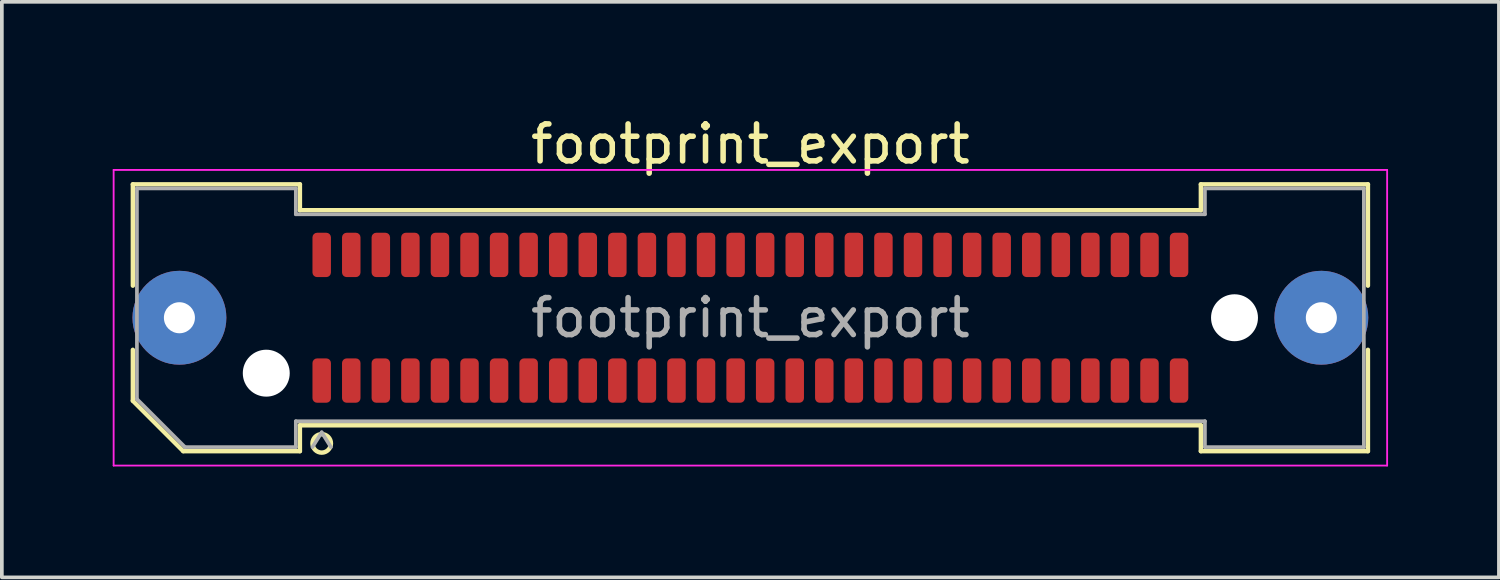
<source format=kicad_pcb>
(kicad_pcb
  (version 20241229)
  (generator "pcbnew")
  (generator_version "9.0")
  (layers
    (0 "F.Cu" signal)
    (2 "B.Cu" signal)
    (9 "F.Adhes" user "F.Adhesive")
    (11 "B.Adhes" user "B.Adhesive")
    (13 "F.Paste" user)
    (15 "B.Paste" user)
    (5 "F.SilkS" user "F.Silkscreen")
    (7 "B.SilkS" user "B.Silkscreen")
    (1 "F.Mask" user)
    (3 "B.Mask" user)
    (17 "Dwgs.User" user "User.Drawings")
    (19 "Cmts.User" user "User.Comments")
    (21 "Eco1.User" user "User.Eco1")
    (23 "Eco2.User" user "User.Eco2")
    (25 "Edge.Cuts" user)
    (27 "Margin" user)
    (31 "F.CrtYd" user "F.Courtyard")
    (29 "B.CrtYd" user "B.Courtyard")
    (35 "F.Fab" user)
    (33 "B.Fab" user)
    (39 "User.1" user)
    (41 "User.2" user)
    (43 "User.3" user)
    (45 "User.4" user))
  (footprint "footprint_export"
    (layer "F.Cu")
    (at 17.255 5.548)
    (property "Reference" "footprint_export" (at 0 -4.7 0) (layer "F.SilkS") (effects (font (size 1 1) (thickness 0.15))))
    (attr smd)
    (fp_line (start -16.71 -3.61) (end -12.19 -3.61) (stroke (width 0.12) (type solid)) (layer "F.SilkS"))
    (fp_line (start -16.71 -0.868) (end -16.71 -3.61) (stroke (width 0.12) (type solid)) (layer "F.SilkS"))
    (fp_line (start -16.71 2.246) (end -16.71 0.868) (stroke (width 0.12) (type solid)) (layer "F.SilkS"))
    (fp_line (start -15.346 3.61) (end -16.71 2.246) (stroke (width 0.12) (type solid)) (layer "F.SilkS"))
    (fp_line (start -12.19 -3.61) (end -12.19 -2.91) (stroke (width 0.12) (type solid)) (layer "F.SilkS"))
    (fp_line (start -12.19 -2.91) (end 12.19 -2.91) (stroke (width 0.12) (type solid)) (layer "F.SilkS"))
    (fp_line (start -12.19 2.91) (end -12.19 3.61) (stroke (width 0.12) (type solid)) (layer "F.SilkS"))
    (fp_line (start -12.19 3.61) (end -15.346 3.61) (stroke (width 0.12) (type solid)) (layer "F.SilkS"))
    (fp_line (start 12.19 -3.61) (end 16.71 -3.61) (stroke (width 0.12) (type solid)) (layer "F.SilkS"))
    (fp_line (start 12.19 -2.91) (end 12.19 -3.61) (stroke (width 0.12) (type solid)) (layer "F.SilkS"))
    (fp_line (start 12.19 2.91) (end -12.19 2.91) (stroke (width 0.12) (type solid)) (layer "F.SilkS"))
    (fp_line (start 12.19 3.61) (end 12.19 2.91) (stroke (width 0.12) (type solid)) (layer "F.SilkS"))
    (fp_line (start 16.71 -3.61) (end 16.71 -0.868) (stroke (width 0.12) (type solid)) (layer "F.SilkS"))
    (fp_line (start 16.71 0.868) (end 16.71 3.61) (stroke (width 0.12) (type solid)) (layer "F.SilkS"))
    (fp_line (start 16.71 3.61) (end 12.19 3.61) (stroke (width 0.12) (type solid)) (layer "F.SilkS"))
    (fp_arc (start -11.35 3.4) (mid -11.85 3.4) (end -11.35 3.4) (stroke (width 0.12) (type solid)) (layer "F.SilkS"))
    (fp_line (start -17.23 -4) (end -17.23 4) (stroke (width 0.05) (type solid)) (layer "F.CrtYd"))
    (fp_line (start -17.23 4) (end 17.23 4) (stroke (width 0.05) (type solid)) (layer "F.CrtYd"))
    (fp_line (start 17.23 -4) (end -17.23 -4) (stroke (width 0.05) (type solid)) (layer "F.CrtYd"))
    (fp_line (start 17.23 4) (end 17.23 -4) (stroke (width 0.05) (type solid)) (layer "F.CrtYd"))
    (fp_line (start -16.6 -3.5) (end -12.3 -3.5) (stroke (width 0.1) (type solid)) (layer "F.Fab"))
    (fp_line (start -16.6 2.2) (end -16.6 -3.5) (stroke (width 0.1) (type solid)) (layer "F.Fab"))
    (fp_line (start -15.3 3.5) (end -16.6 2.2) (stroke (width 0.1) (type solid)) (layer "F.Fab"))
    (fp_line (start -12.3 -3.5) (end -12.3 -2.8) (stroke (width 0.1) (type solid)) (layer "F.Fab"))
    (fp_line (start -12.3 -2.8) (end 12.3 -2.8) (stroke (width 0.1) (type solid)) (layer "F.Fab"))
    (fp_line (start -12.3 2.8) (end -12.3 3.5) (stroke (width 0.1) (type solid)) (layer "F.Fab"))
    (fp_line (start -12.3 3.5) (end -15.3 3.5) (stroke (width 0.1) (type solid)) (layer "F.Fab"))
    (fp_line (start -11.6 3.1) (end -11.85 3.5) (stroke (width 0.1) (type solid)) (layer "F.Fab"))
    (fp_line (start -11.6 3.1) (end -11.35 3.5) (stroke (width 0.1) (type solid)) (layer "F.Fab"))
    (fp_line (start 12.3 -3.5) (end 16.6 -3.5) (stroke (width 0.1) (type solid)) (layer "F.Fab"))
    (fp_line (start 12.3 -2.8) (end 12.3 -3.5) (stroke (width 0.1) (type solid)) (layer "F.Fab"))
    (fp_line (start 12.3 2.8) (end -12.3 2.8) (stroke (width 0.1) (type solid)) (layer "F.Fab"))
    (fp_line (start 12.3 3.5) (end 12.3 2.8) (stroke (width 0.1) (type solid)) (layer "F.Fab"))
    (fp_line (start 16.6 -3.5) (end 16.6 3.5) (stroke (width 0.1) (type solid)) (layer "F.Fab"))
    (fp_line (start 16.6 3.5) (end 12.3 3.5) (stroke (width 0.1) (type solid)) (layer "F.Fab"))
    (fp_text user "${REFERENCE}" (at 0 0 0) (layer "F.Fab") (effects (font (size 1 1) (thickness 0.15))))
    (pad "" thru_hole circle (at -15.45 0) (size 2.54 2.54) (drill 0.84) (layers "*.Cu" "*.Mask" "F.Paste"))
    (pad "" np_thru_hole circle (at -13.1 1.5) (size 1.27 1.27) (drill 1.27) (layers "*.Cu" "*.Mask"))
    (pad "" np_thru_hole circle (at 13.1 0) (size 1.27 1.27) (drill 1.27) (layers "*.Cu" "*.Mask"))
    (pad "" thru_hole circle (at 15.45 0) (size 2.54 2.54) (drill 0.84) (layers "*.Cu" "*.Mask" "F.Paste"))
    (pad "1" smd roundrect (at -11.6 1.7) (size 0.5 1.2) (layers "F.Cu" "F.Mask" "F.Paste") (roundrect_rratio 0.25))
    (pad "2" smd roundrect (at -11.6 -1.7) (size 0.5 1.2) (layers "F.Cu" "F.Mask" "F.Paste") (roundrect_rratio 0.25))
    (pad "3" smd roundrect (at -10.8 1.7) (size 0.5 1.2) (layers "F.Cu" "F.Mask" "F.Paste") (roundrect_rratio 0.25))
    (pad "4" smd roundrect (at -10.8 -1.7) (size 0.5 1.2) (layers "F.Cu" "F.Mask" "F.Paste") (roundrect_rratio 0.25))
    (pad "5" smd roundrect (at -10 1.7) (size 0.5 1.2) (layers "F.Cu" "F.Mask" "F.Paste") (roundrect_rratio 0.25))
    (pad "6" smd roundrect (at -10 -1.7) (size 0.5 1.2) (layers "F.Cu" "F.Mask" "F.Paste") (roundrect_rratio 0.25))
    (pad "7" smd roundrect (at -9.2 1.7) (size 0.5 1.2) (layers "F.Cu" "F.Mask" "F.Paste") (roundrect_rratio 0.25))
    (pad "8" smd roundrect (at -9.2 -1.7) (size 0.5 1.2) (layers "F.Cu" "F.Mask" "F.Paste") (roundrect_rratio 0.25))
    (pad "9" smd roundrect (at -8.4 1.7) (size 0.5 1.2) (layers "F.Cu" "F.Mask" "F.Paste") (roundrect_rratio 0.25))
    (pad "10" smd roundrect (at -8.4 -1.7) (size 0.5 1.2) (layers "F.Cu" "F.Mask" "F.Paste") (roundrect_rratio 0.25))
    (pad "11" smd roundrect (at -7.6 1.7) (size 0.5 1.2) (layers "F.Cu" "F.Mask" "F.Paste") (roundrect_rratio 0.25))
    (pad "12" smd roundrect (at -7.6 -1.7) (size 0.5 1.2) (layers "F.Cu" "F.Mask" "F.Paste") (roundrect_rratio 0.25))
    (pad "13" smd roundrect (at -6.8 1.7) (size 0.5 1.2) (layers "F.Cu" "F.Mask" "F.Paste") (roundrect_rratio 0.25))
    (pad "14" smd roundrect (at -6.8 -1.7) (size 0.5 1.2) (layers "F.Cu" "F.Mask" "F.Paste") (roundrect_rratio 0.25))
    (pad "15" smd roundrect (at -6 1.7) (size 0.5 1.2) (layers "F.Cu" "F.Mask" "F.Paste") (roundrect_rratio 0.25))
    (pad "16" smd roundrect (at -6 -1.7) (size 0.5 1.2) (layers "F.Cu" "F.Mask" "F.Paste") (roundrect_rratio 0.25))
    (pad "17" smd roundrect (at -5.2 1.7) (size 0.5 1.2) (layers "F.Cu" "F.Mask" "F.Paste") (roundrect_rratio 0.25))
    (pad "18" smd roundrect (at -5.2 -1.7) (size 0.5 1.2) (layers "F.Cu" "F.Mask" "F.Paste") (roundrect_rratio 0.25))
    (pad "19" smd roundrect (at -4.4 1.7) (size 0.5 1.2) (layers "F.Cu" "F.Mask" "F.Paste") (roundrect_rratio 0.25))
    (pad "20" smd roundrect (at -4.4 -1.7) (size 0.5 1.2) (layers "F.Cu" "F.Mask" "F.Paste") (roundrect_rratio 0.25))
    (pad "21" smd roundrect (at -3.6 1.7) (size 0.5 1.2) (layers "F.Cu" "F.Mask" "F.Paste") (roundrect_rratio 0.25))
    (pad "22" smd roundrect (at -3.6 -1.7) (size 0.5 1.2) (layers "F.Cu" "F.Mask" "F.Paste") (roundrect_rratio 0.25))
    (pad "23" smd roundrect (at -2.8 1.7) (size 0.5 1.2) (layers "F.Cu" "F.Mask" "F.Paste") (roundrect_rratio 0.25))
    (pad "24" smd roundrect (at -2.8 -1.7) (size 0.5 1.2) (layers "F.Cu" "F.Mask" "F.Paste") (roundrect_rratio 0.25))
    (pad "25" smd roundrect (at -2 1.7) (size 0.5 1.2) (layers "F.Cu" "F.Mask" "F.Paste") (roundrect_rratio 0.25))
    (pad "26" smd roundrect (at -2 -1.7) (size 0.5 1.2) (layers "F.Cu" "F.Mask" "F.Paste") (roundrect_rratio 0.25))
    (pad "27" smd roundrect (at -1.2 1.7) (size 0.5 1.2) (layers "F.Cu" "F.Mask" "F.Paste") (roundrect_rratio 0.25))
    (pad "28" smd roundrect (at -1.2 -1.7) (size 0.5 1.2) (layers "F.Cu" "F.Mask" "F.Paste") (roundrect_rratio 0.25))
    (pad "29" smd roundrect (at -0.4 1.7) (size 0.5 1.2) (layers "F.Cu" "F.Mask" "F.Paste") (roundrect_rratio 0.25))
    (pad "30" smd roundrect (at -0.4 -1.7) (size 0.5 1.2) (layers "F.Cu" "F.Mask" "F.Paste") (roundrect_rratio 0.25))
    (pad "31" smd roundrect (at 0.4 1.7) (size 0.5 1.2) (layers "F.Cu" "F.Mask" "F.Paste") (roundrect_rratio 0.25))
    (pad "32" smd roundrect (at 0.4 -1.7) (size 0.5 1.2) (layers "F.Cu" "F.Mask" "F.Paste") (roundrect_rratio 0.25))
    (pad "33" smd roundrect (at 1.2 1.7) (size 0.5 1.2) (layers "F.Cu" "F.Mask" "F.Paste") (roundrect_rratio 0.25))
    (pad "34" smd roundrect (at 1.2 -1.7) (size 0.5 1.2) (layers "F.Cu" "F.Mask" "F.Paste") (roundrect_rratio 0.25))
    (pad "35" smd roundrect (at 2 1.7) (size 0.5 1.2) (layers "F.Cu" "F.Mask" "F.Paste") (roundrect_rratio 0.25))
    (pad "36" smd roundrect (at 2 -1.7) (size 0.5 1.2) (layers "F.Cu" "F.Mask" "F.Paste") (roundrect_rratio 0.25))
    (pad "37" smd roundrect (at 2.8 1.7) (size 0.5 1.2) (layers "F.Cu" "F.Mask" "F.Paste") (roundrect_rratio 0.25))
    (pad "38" smd roundrect (at 2.8 -1.7) (size 0.5 1.2) (layers "F.Cu" "F.Mask" "F.Paste") (roundrect_rratio 0.25))
    (pad "39" smd roundrect (at 3.6 1.7) (size 0.5 1.2) (layers "F.Cu" "F.Mask" "F.Paste") (roundrect_rratio 0.25))
    (pad "40" smd roundrect (at 3.6 -1.7) (size 0.5 1.2) (layers "F.Cu" "F.Mask" "F.Paste") (roundrect_rratio 0.25))
    (pad "41" smd roundrect (at 4.4 1.7) (size 0.5 1.2) (layers "F.Cu" "F.Mask" "F.Paste") (roundrect_rratio 0.25))
    (pad "42" smd roundrect (at 4.4 -1.7) (size 0.5 1.2) (layers "F.Cu" "F.Mask" "F.Paste") (roundrect_rratio 0.25))
    (pad "43" smd roundrect (at 5.2 1.7) (size 0.5 1.2) (layers "F.Cu" "F.Mask" "F.Paste") (roundrect_rratio 0.25))
    (pad "44" smd roundrect (at 5.2 -1.7) (size 0.5 1.2) (layers "F.Cu" "F.Mask" "F.Paste") (roundrect_rratio 0.25))
    (pad "45" smd roundrect (at 6 1.7) (size 0.5 1.2) (layers "F.Cu" "F.Mask" "F.Paste") (roundrect_rratio 0.25))
    (pad "46" smd roundrect (at 6 -1.7) (size 0.5 1.2) (layers "F.Cu" "F.Mask" "F.Paste") (roundrect_rratio 0.25))
    (pad "47" smd roundrect (at 6.8 1.7) (size 0.5 1.2) (layers "F.Cu" "F.Mask" "F.Paste") (roundrect_rratio 0.25))
    (pad "48" smd roundrect (at 6.8 -1.7) (size 0.5 1.2) (layers "F.Cu" "F.Mask" "F.Paste") (roundrect_rratio 0.25))
    (pad "49" smd roundrect (at 7.6 1.7) (size 0.5 1.2) (layers "F.Cu" "F.Mask" "F.Paste") (roundrect_rratio 0.25))
    (pad "50" smd roundrect (at 7.6 -1.7) (size 0.5 1.2) (layers "F.Cu" "F.Mask" "F.Paste") (roundrect_rratio 0.25))
    (pad "51" smd roundrect (at 8.4 1.7) (size 0.5 1.2) (layers "F.Cu" "F.Mask" "F.Paste") (roundrect_rratio 0.25))
    (pad "52" smd roundrect (at 8.4 -1.7) (size 0.5 1.2) (layers "F.Cu" "F.Mask" "F.Paste") (roundrect_rratio 0.25))
    (pad "53" smd roundrect (at 9.2 1.7) (size 0.5 1.2) (layers "F.Cu" "F.Mask" "F.Paste") (roundrect_rratio 0.25))
    (pad "54" smd roundrect (at 9.2 -1.7) (size 0.5 1.2) (layers "F.Cu" "F.Mask" "F.Paste") (roundrect_rratio 0.25))
    (pad "55" smd roundrect (at 10 1.7) (size 0.5 1.2) (layers "F.Cu" "F.Mask" "F.Paste") (roundrect_rratio 0.25))
    (pad "56" smd roundrect (at 10 -1.7) (size 0.5 1.2) (layers "F.Cu" "F.Mask" "F.Paste") (roundrect_rratio 0.25))
    (pad "57" smd roundrect (at 10.8 1.7) (size 0.5 1.2) (layers "F.Cu" "F.Mask" "F.Paste") (roundrect_rratio 0.25))
    (pad "58" smd roundrect (at 10.8 -1.7) (size 0.5 1.2) (layers "F.Cu" "F.Mask" "F.Paste") (roundrect_rratio 0.25))
    (pad "59" smd roundrect (at 11.6 1.7) (size 0.5 1.2) (layers "F.Cu" "F.Mask" "F.Paste") (roundrect_rratio 0.25))
    (pad "60" smd roundrect (at 11.6 -1.7) (size 0.5 1.2) (layers "F.Cu" "F.Mask" "F.Paste") (roundrect_rratio 0.25)))
  (gr_rect
    (start -3 -3)
    (end 37.51 12.573)
    (stroke (width 0.1) (type default))
    (fill no)
    (layer "Edge.Cuts")))
</source>
